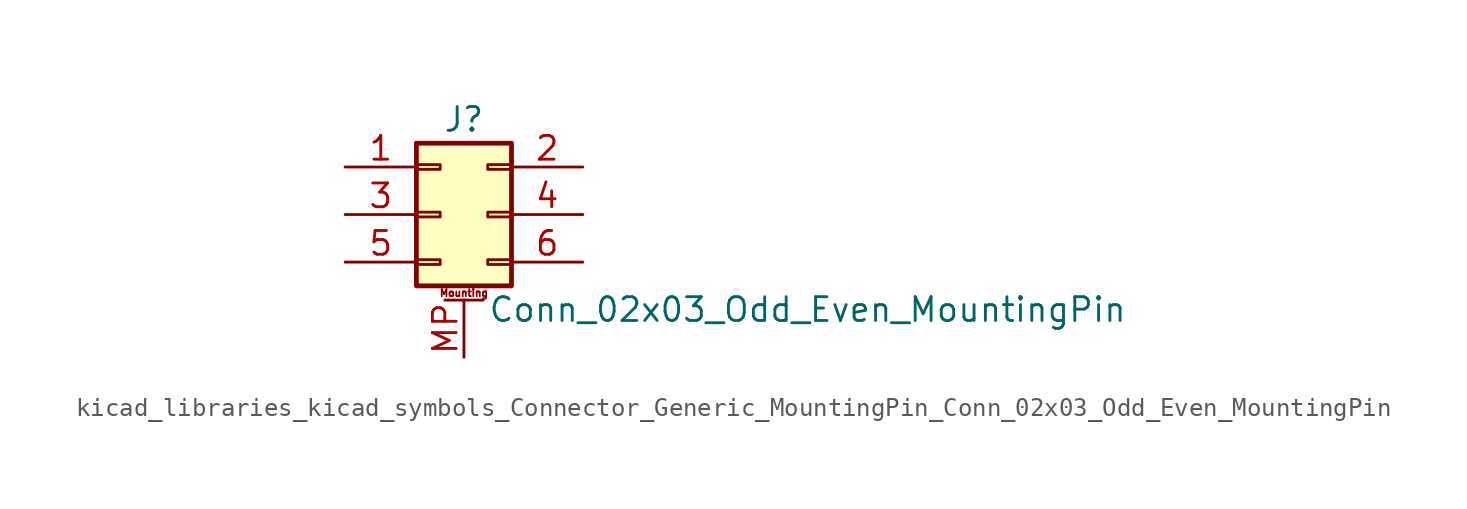
<source format=kicad_sym>
(kicad_symbol_lib
  (version 20220914)
  (generator kicad_symbol_editor)
  (symbol "kicad_libraries_kicad_symbols_Connector_Generic_MountingPin_Conn_02x03_Odd_Even_MountingPin"
    (pin_names
      (offset 1.016) hide)
    (property "Reference" "J"
      (at 1.27 5.08 0)
      (effects (font (size 1.27 1.27))))
    (property "Value" "Conn_02x03_Odd_Even_MountingPin"
      (at 2.54 -5.08 0)
      (effects (font (size 1.27 1.27)) (justify left)))
    (symbol "kicad_libraries_kicad_symbols_Connector_Generic_MountingPin_Conn_02x03_Odd_Even_MountingPin_1_1"
      (rectangle (start -1.27 -2.413) (end 0 -2.667) (stroke (width 0.152) (type default)) (fill (type none)))
      (rectangle (start -1.27 0.127) (end 0 -0.127) (stroke (width 0.152) (type default)) (fill (type none)))
      (rectangle (start -1.27 2.667) (end 0 2.413) (stroke (width 0.152) (type default)) (fill (type none)))
      (rectangle (start -1.27 3.81) (end 3.81 -3.81) (stroke (width 0.254) (type default)) (fill (type background)))
      (polyline (pts (xy 0.254 -4.572) (xy 2.286 -4.572)) (stroke (width 0.152) (type default)) (fill (type none)))
      (rectangle (start 3.81 -2.413) (end 2.54 -2.667) (stroke (width 0.152) (type default)) (fill (type none)))
      (rectangle (start 3.81 0.127) (end 2.54 -0.127) (stroke (width 0.152) (type default)) (fill (type none)))
      (rectangle (start 3.81 2.667) (end 2.54 2.413) (stroke (width 0.152) (type default)) (fill (type none)))
      (text "Mounting" (at 1.27 -4.191 0) (effects (font (size 0.381 0.381))))
      (pin passive line (at -5.08 2.54 0) (length 3.81) (name "Pin_1" (effects (font (size 1.27 1.27)))) (number "1" (effects (font (size 1.27 1.27)))))
      (pin passive line (at 7.62 2.54 180) (length 3.81) (name "Pin_2" (effects (font (size 1.27 1.27)))) (number "2" (effects (font (size 1.27 1.27)))))
      (pin passive line (at -5.08 0 0) (length 3.81) (name "Pin_3" (effects (font (size 1.27 1.27)))) (number "3" (effects (font (size 1.27 1.27)))))
      (pin passive line (at 7.62 0 180) (length 3.81) (name "Pin_4" (effects (font (size 1.27 1.27)))) (number "4" (effects (font (size 1.27 1.27)))))
      (pin passive line (at -5.08 -2.54 0) (length 3.81) (name "Pin_5" (effects (font (size 1.27 1.27)))) (number "5" (effects (font (size 1.27 1.27)))))
      (pin passive line (at 7.62 -2.54 180) (length 3.81) (name "Pin_6" (effects (font (size 1.27 1.27)))) (number "6" (effects (font (size 1.27 1.27)))))
      (pin passive line (at 1.27 -7.62 90) (length 3.048) (name "MountPin" (effects (font (size 1.27 1.27)))) (number "MP" (effects (font (size 1.27 1.27))))))))
</source>
